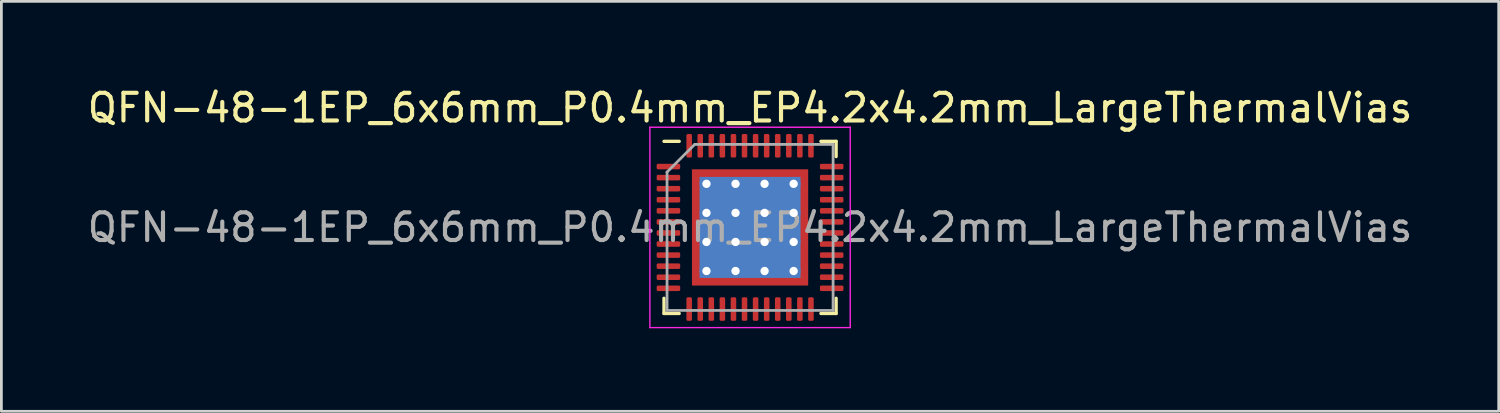
<source format=kicad_pcb>
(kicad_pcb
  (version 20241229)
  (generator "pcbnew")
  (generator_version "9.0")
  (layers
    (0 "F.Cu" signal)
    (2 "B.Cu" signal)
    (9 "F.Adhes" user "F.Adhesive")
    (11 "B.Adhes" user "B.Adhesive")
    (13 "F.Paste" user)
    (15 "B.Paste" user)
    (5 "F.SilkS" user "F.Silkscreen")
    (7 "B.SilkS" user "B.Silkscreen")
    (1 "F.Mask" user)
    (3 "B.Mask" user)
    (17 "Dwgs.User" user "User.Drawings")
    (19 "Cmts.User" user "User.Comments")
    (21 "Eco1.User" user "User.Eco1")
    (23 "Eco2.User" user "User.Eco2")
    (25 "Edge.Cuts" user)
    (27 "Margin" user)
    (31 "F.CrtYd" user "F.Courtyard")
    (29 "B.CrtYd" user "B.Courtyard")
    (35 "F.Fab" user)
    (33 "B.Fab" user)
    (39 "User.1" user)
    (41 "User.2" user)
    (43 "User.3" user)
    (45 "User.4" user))
  (footprint "QFN-48-1EP_6x6mm_P0.4mm_EP4.2x4.2mm_LargeThermalVias"
    (layer "F.Cu")
    (at 24.054 5.168)
    (property "Reference" "QFN-48-1EP_6x6mm_P0.4mm_EP4.2x4.2mm_LargeThermalVias" (at 0 -4.32 0) (layer "F.SilkS") (effects (font (size 1 1) (thickness 0.15))))
    (attr smd)
    (fp_line (start -3.11 3.11) (end -3.11 2.56) (stroke (width 0.12) (type solid)) (layer "F.SilkS"))
    (fp_line (start -2.56 -3.11) (end -3.11 -3.11) (stroke (width 0.12) (type solid)) (layer "F.SilkS"))
    (fp_line (start -2.56 3.11) (end -3.11 3.11) (stroke (width 0.12) (type solid)) (layer "F.SilkS"))
    (fp_line (start 2.56 -3.11) (end 3.11 -3.11) (stroke (width 0.12) (type solid)) (layer "F.SilkS"))
    (fp_line (start 2.56 3.11) (end 3.11 3.11) (stroke (width 0.12) (type solid)) (layer "F.SilkS"))
    (fp_line (start 3.11 -3.11) (end 3.11 -2.56) (stroke (width 0.12) (type solid)) (layer "F.SilkS"))
    (fp_line (start 3.11 3.11) (end 3.11 2.56) (stroke (width 0.12) (type solid)) (layer "F.SilkS"))
    (fp_line (start -3.62 -3.62) (end -3.62 3.62) (stroke (width 0.05) (type solid)) (layer "F.CrtYd"))
    (fp_line (start -3.62 3.62) (end 3.62 3.62) (stroke (width 0.05) (type solid)) (layer "F.CrtYd"))
    (fp_line (start 3.62 -3.62) (end -3.62 -3.62) (stroke (width 0.05) (type solid)) (layer "F.CrtYd"))
    (fp_line (start 3.62 3.62) (end 3.62 -3.62) (stroke (width 0.05) (type solid)) (layer "F.CrtYd"))
    (fp_line (start -3 -2) (end -2 -3) (stroke (width 0.1) (type solid)) (layer "F.Fab"))
    (fp_line (start -3 3) (end -3 -2) (stroke (width 0.1) (type solid)) (layer "F.Fab"))
    (fp_line (start -2 -3) (end 3 -3) (stroke (width 0.1) (type solid)) (layer "F.Fab"))
    (fp_line (start 3 -3) (end 3 3) (stroke (width 0.1) (type solid)) (layer "F.Fab"))
    (fp_line (start 3 3) (end -3 3) (stroke (width 0.1) (type solid)) (layer "F.Fab"))
    (fp_text user "${REFERENCE}" (at 0 0 0) (layer "F.Fab") (effects (font (size 1 1) (thickness 0.15))))
    (pad "" smd custom (at -1.837 -1.837) (size 0.295 0.295) (layers "F.Paste") (options (anchor circle)) (primitives (gr_poly (pts (xy -0.106 -0.106) (xy 0.106 -0.106) (xy 0.106 -0.013) (xy -0.013 0.106) (xy -0.106 0.106)) (width 0.212) (fill yes))))
    (pad "" smd custom (at -1.837 -1.05) (size 0.331 0.331) (layers "F.Paste") (options (anchor circle)) (primitives (gr_poly (pts (xy -0.12 -0.331) (xy 0.043 -0.331) (xy 0.12 -0.255) (xy 0.12 0.255) (xy 0.043 0.331) (xy -0.12 0.331)) (width 0.184) (fill yes))))
    (pad "" smd custom (at -1.837 0) (size 0.331 0.331) (layers "F.Paste") (options (anchor circle)) (primitives (gr_poly (pts (xy -0.12 -0.331) (xy 0.043 -0.331) (xy 0.12 -0.255) (xy 0.12 0.255) (xy 0.043 0.331) (xy -0.12 0.331)) (width 0.184) (fill yes))))
    (pad "" smd custom (at -1.837 1.05) (size 0.331 0.331) (layers "F.Paste") (options (anchor circle)) (primitives (gr_poly (pts (xy -0.12 -0.331) (xy 0.043 -0.331) (xy 0.12 -0.255) (xy 0.12 0.255) (xy 0.043 0.331) (xy -0.12 0.331)) (width 0.184) (fill yes))))
    (pad "" smd custom (at -1.837 1.837) (size 0.295 0.295) (layers "F.Paste") (options (anchor circle)) (primitives (gr_poly (pts (xy -0.106 -0.106) (xy -0.013 -0.106) (xy 0.106 0.013) (xy 0.106 0.106) (xy -0.106 0.106)) (width 0.212) (fill yes))))
    (pad "" smd custom (at -1.05 -1.837) (size 0.331 0.331) (layers "F.Paste") (options (anchor circle)) (primitives (gr_poly (pts (xy -0.331 -0.12) (xy 0.331 -0.12) (xy 0.331 0.043) (xy 0.255 0.12) (xy -0.255 0.12) (xy -0.331 0.043)) (width 0.184) (fill yes))))
    (pad "" smd roundrect (at -1.05 -1.05) (size 0.847 0.847) (layers "F.Paste") (roundrect_rratio 0.25))
    (pad "" smd roundrect (at -1.05 0) (size 0.847 0.847) (layers "F.Paste") (roundrect_rratio 0.25))
    (pad "" smd roundrect (at -1.05 1.05) (size 0.847 0.847) (layers "F.Paste") (roundrect_rratio 0.25))
    (pad "" smd custom (at -1.05 1.837) (size 0.331 0.331) (layers "F.Paste") (options (anchor circle)) (primitives (gr_poly (pts (xy -0.331 -0.043) (xy -0.255 -0.12) (xy 0.255 -0.12) (xy 0.331 -0.043) (xy 0.331 0.12) (xy -0.331 0.12)) (width 0.184) (fill yes))))
    (pad "" smd custom (at 0 -1.837) (size 0.331 0.331) (layers "F.Paste") (options (anchor circle)) (primitives (gr_poly (pts (xy -0.331 -0.12) (xy 0.331 -0.12) (xy 0.331 0.043) (xy 0.255 0.12) (xy -0.255 0.12) (xy -0.331 0.043)) (width 0.184) (fill yes))))
    (pad "" smd roundrect (at 0 -1.05) (size 0.847 0.847) (layers "F.Paste") (roundrect_rratio 0.25))
    (pad "" smd roundrect (at 0 0) (size 0.847 0.847) (layers "F.Paste") (roundrect_rratio 0.25))
    (pad "" smd roundrect (at 0 1.05) (size 0.847 0.847) (layers "F.Paste") (roundrect_rratio 0.25))
    (pad "" smd custom (at 0 1.837) (size 0.331 0.331) (layers "F.Paste") (options (anchor circle)) (primitives (gr_poly (pts (xy -0.331 -0.043) (xy -0.255 -0.12) (xy 0.255 -0.12) (xy 0.331 -0.043) (xy 0.331 0.12) (xy -0.331 0.12)) (width 0.184) (fill yes))))
    (pad "" smd custom (at 1.05 -1.837) (size 0.331 0.331) (layers "F.Paste") (options (anchor circle)) (primitives (gr_poly (pts (xy -0.331 -0.12) (xy 0.331 -0.12) (xy 0.331 0.043) (xy 0.255 0.12) (xy -0.255 0.12) (xy -0.331 0.043)) (width 0.184) (fill yes))))
    (pad "" smd roundrect (at 1.05 -1.05) (size 0.847 0.847) (layers "F.Paste") (roundrect_rratio 0.25))
    (pad "" smd roundrect (at 1.05 0) (size 0.847 0.847) (layers "F.Paste") (roundrect_rratio 0.25))
    (pad "" smd roundrect (at 1.05 1.05) (size 0.847 0.847) (layers "F.Paste") (roundrect_rratio 0.25))
    (pad "" smd custom (at 1.05 1.837) (size 0.331 0.331) (layers "F.Paste") (options (anchor circle)) (primitives (gr_poly (pts (xy -0.331 -0.043) (xy -0.255 -0.12) (xy 0.255 -0.12) (xy 0.331 -0.043) (xy 0.331 0.12) (xy -0.331 0.12)) (width 0.184) (fill yes))))
    (pad "" smd custom (at 1.837 -1.837) (size 0.295 0.295) (layers "F.Paste") (options (anchor circle)) (primitives (gr_poly (pts (xy -0.106 -0.106) (xy 0.106 -0.106) (xy 0.106 0.106) (xy 0.013 0.106) (xy -0.106 -0.013)) (width 0.212) (fill yes))))
    (pad "" smd custom (at 1.837 -1.05) (size 0.331 0.331) (layers "F.Paste") (options (anchor circle)) (primitives (gr_poly (pts (xy -0.12 -0.255) (xy -0.043 -0.331) (xy 0.12 -0.331) (xy 0.12 0.331) (xy -0.043 0.331) (xy -0.12 0.255)) (width 0.184) (fill yes))))
    (pad "" smd custom (at 1.837 0) (size 0.331 0.331) (layers "F.Paste") (options (anchor circle)) (primitives (gr_poly (pts (xy -0.12 -0.255) (xy -0.043 -0.331) (xy 0.12 -0.331) (xy 0.12 0.331) (xy -0.043 0.331) (xy -0.12 0.255)) (width 0.184) (fill yes))))
    (pad "" smd custom (at 1.837 1.05) (size 0.331 0.331) (layers "F.Paste") (options (anchor circle)) (primitives (gr_poly (pts (xy -0.12 -0.255) (xy -0.043 -0.331) (xy 0.12 -0.331) (xy 0.12 0.331) (xy -0.043 0.331) (xy -0.12 0.255)) (width 0.184) (fill yes))))
    (pad "" smd custom (at 1.837 1.837) (size 0.295 0.295) (layers "F.Paste") (options (anchor circle)) (primitives (gr_poly (pts (xy -0.106 0.013) (xy 0.013 -0.106) (xy 0.106 -0.106) (xy 0.106 0.106) (xy -0.106 0.106)) (width 0.212) (fill yes))))
    (pad "1" smd roundrect (at -2.95 -2.2) (size 0.85 0.2) (layers "F.Cu" "F.Mask" "F.Paste") (roundrect_rratio 0.25))
    (pad "2" smd roundrect (at -2.95 -1.8) (size 0.85 0.2) (layers "F.Cu" "F.Mask" "F.Paste") (roundrect_rratio 0.25))
    (pad "3" smd roundrect (at -2.95 -1.4) (size 0.85 0.2) (layers "F.Cu" "F.Mask" "F.Paste") (roundrect_rratio 0.25))
    (pad "4" smd roundrect (at -2.95 -1) (size 0.85 0.2) (layers "F.Cu" "F.Mask" "F.Paste") (roundrect_rratio 0.25))
    (pad "5" smd roundrect (at -2.95 -0.6) (size 0.85 0.2) (layers "F.Cu" "F.Mask" "F.Paste") (roundrect_rratio 0.25))
    (pad "6" smd roundrect (at -2.95 -0.2) (size 0.85 0.2) (layers "F.Cu" "F.Mask" "F.Paste") (roundrect_rratio 0.25))
    (pad "7" smd roundrect (at -2.95 0.2) (size 0.85 0.2) (layers "F.Cu" "F.Mask" "F.Paste") (roundrect_rratio 0.25))
    (pad "8" smd roundrect (at -2.95 0.6) (size 0.85 0.2) (layers "F.Cu" "F.Mask" "F.Paste") (roundrect_rratio 0.25))
    (pad "9" smd roundrect (at -2.95 1) (size 0.85 0.2) (layers "F.Cu" "F.Mask" "F.Paste") (roundrect_rratio 0.25))
    (pad "10" smd roundrect (at -2.95 1.4) (size 0.85 0.2) (layers "F.Cu" "F.Mask" "F.Paste") (roundrect_rratio 0.25))
    (pad "11" smd roundrect (at -2.95 1.8) (size 0.85 0.2) (layers "F.Cu" "F.Mask" "F.Paste") (roundrect_rratio 0.25))
    (pad "12" smd roundrect (at -2.95 2.2) (size 0.85 0.2) (layers "F.Cu" "F.Mask" "F.Paste") (roundrect_rratio 0.25))
    (pad "13" smd roundrect (at -2.2 2.95) (size 0.2 0.85) (layers "F.Cu" "F.Mask" "F.Paste") (roundrect_rratio 0.25))
    (pad "14" smd roundrect (at -1.8 2.95) (size 0.2 0.85) (layers "F.Cu" "F.Mask" "F.Paste") (roundrect_rratio 0.25))
    (pad "15" smd roundrect (at -1.4 2.95) (size 0.2 0.85) (layers "F.Cu" "F.Mask" "F.Paste") (roundrect_rratio 0.25))
    (pad "16" smd roundrect (at -1 2.95) (size 0.2 0.85) (layers "F.Cu" "F.Mask" "F.Paste") (roundrect_rratio 0.25))
    (pad "17" smd roundrect (at -0.6 2.95) (size 0.2 0.85) (layers "F.Cu" "F.Mask" "F.Paste") (roundrect_rratio 0.25))
    (pad "18" smd roundrect (at -0.2 2.95) (size 0.2 0.85) (layers "F.Cu" "F.Mask" "F.Paste") (roundrect_rratio 0.25))
    (pad "19" smd roundrect (at 0.2 2.95) (size 0.2 0.85) (layers "F.Cu" "F.Mask" "F.Paste") (roundrect_rratio 0.25))
    (pad "20" smd roundrect (at 0.6 2.95) (size 0.2 0.85) (layers "F.Cu" "F.Mask" "F.Paste") (roundrect_rratio 0.25))
    (pad "21" smd roundrect (at 1 2.95) (size 0.2 0.85) (layers "F.Cu" "F.Mask" "F.Paste") (roundrect_rratio 0.25))
    (pad "22" smd roundrect (at 1.4 2.95) (size 0.2 0.85) (layers "F.Cu" "F.Mask" "F.Paste") (roundrect_rratio 0.25))
    (pad "23" smd roundrect (at 1.8 2.95) (size 0.2 0.85) (layers "F.Cu" "F.Mask" "F.Paste") (roundrect_rratio 0.25))
    (pad "24" smd roundrect (at 2.2 2.95) (size 0.2 0.85) (layers "F.Cu" "F.Mask" "F.Paste") (roundrect_rratio 0.25))
    (pad "25" smd roundrect (at 2.95 2.2) (size 0.85 0.2) (layers "F.Cu" "F.Mask" "F.Paste") (roundrect_rratio 0.25))
    (pad "26" smd roundrect (at 2.95 1.8) (size 0.85 0.2) (layers "F.Cu" "F.Mask" "F.Paste") (roundrect_rratio 0.25))
    (pad "27" smd roundrect (at 2.95 1.4) (size 0.85 0.2) (layers "F.Cu" "F.Mask" "F.Paste") (roundrect_rratio 0.25))
    (pad "28" smd roundrect (at 2.95 1) (size 0.85 0.2) (layers "F.Cu" "F.Mask" "F.Paste") (roundrect_rratio 0.25))
    (pad "29" smd roundrect (at 2.95 0.6) (size 0.85 0.2) (layers "F.Cu" "F.Mask" "F.Paste") (roundrect_rratio 0.25))
    (pad "30" smd roundrect (at 2.95 0.2) (size 0.85 0.2) (layers "F.Cu" "F.Mask" "F.Paste") (roundrect_rratio 0.25))
    (pad "31" smd roundrect (at 2.95 -0.2) (size 0.85 0.2) (layers "F.Cu" "F.Mask" "F.Paste") (roundrect_rratio 0.25))
    (pad "32" smd roundrect (at 2.95 -0.6) (size 0.85 0.2) (layers "F.Cu" "F.Mask" "F.Paste") (roundrect_rratio 0.25))
    (pad "33" smd roundrect (at 2.95 -1) (size 0.85 0.2) (layers "F.Cu" "F.Mask" "F.Paste") (roundrect_rratio 0.25))
    (pad "34" smd roundrect (at 2.95 -1.4) (size 0.85 0.2) (layers "F.Cu" "F.Mask" "F.Paste") (roundrect_rratio 0.25))
    (pad "35" smd roundrect (at 2.95 -1.8) (size 0.85 0.2) (layers "F.Cu" "F.Mask" "F.Paste") (roundrect_rratio 0.25))
    (pad "36" smd roundrect (at 2.95 -2.2) (size 0.85 0.2) (layers "F.Cu" "F.Mask" "F.Paste") (roundrect_rratio 0.25))
    (pad "37" smd roundrect (at 2.2 -2.95) (size 0.2 0.85) (layers "F.Cu" "F.Mask" "F.Paste") (roundrect_rratio 0.25))
    (pad "38" smd roundrect (at 1.8 -2.95) (size 0.2 0.85) (layers "F.Cu" "F.Mask" "F.Paste") (roundrect_rratio 0.25))
    (pad "39" smd roundrect (at 1.4 -2.95) (size 0.2 0.85) (layers "F.Cu" "F.Mask" "F.Paste") (roundrect_rratio 0.25))
    (pad "40" smd roundrect (at 1 -2.95) (size 0.2 0.85) (layers "F.Cu" "F.Mask" "F.Paste") (roundrect_rratio 0.25))
    (pad "41" smd roundrect (at 0.6 -2.95) (size 0.2 0.85) (layers "F.Cu" "F.Mask" "F.Paste") (roundrect_rratio 0.25))
    (pad "42" smd roundrect (at 0.2 -2.95) (size 0.2 0.85) (layers "F.Cu" "F.Mask" "F.Paste") (roundrect_rratio 0.25))
    (pad "43" smd roundrect (at -0.2 -2.95) (size 0.2 0.85) (layers "F.Cu" "F.Mask" "F.Paste") (roundrect_rratio 0.25))
    (pad "44" smd roundrect (at -0.6 -2.95) (size 0.2 0.85) (layers "F.Cu" "F.Mask" "F.Paste") (roundrect_rratio 0.25))
    (pad "45" smd roundrect (at -1 -2.95) (size 0.2 0.85) (layers "F.Cu" "F.Mask" "F.Paste") (roundrect_rratio 0.25))
    (pad "46" smd roundrect (at -1.4 -2.95) (size 0.2 0.85) (layers "F.Cu" "F.Mask" "F.Paste") (roundrect_rratio 0.25))
    (pad "47" smd roundrect (at -1.8 -2.95) (size 0.2 0.85) (layers "F.Cu" "F.Mask" "F.Paste") (roundrect_rratio 0.25))
    (pad "48" smd roundrect (at -2.2 -2.95) (size 0.2 0.85) (layers "F.Cu" "F.Mask" "F.Paste") (roundrect_rratio 0.25))
    (pad "49" thru_hole circle (at -1.575 -1.575) (size 0.5 0.5) (drill 0.3) (layers "*.Cu"))
    (pad "49" thru_hole circle (at -1.575 -0.525) (size 0.5 0.5) (drill 0.3) (layers "*.Cu"))
    (pad "49" thru_hole circle (at -1.575 0.525) (size 0.5 0.5) (drill 0.3) (layers "*.Cu"))
    (pad "49" thru_hole circle (at -1.575 1.575) (size 0.5 0.5) (drill 0.3) (layers "*.Cu"))
    (pad "49" thru_hole circle (at -0.525 -1.575) (size 0.5 0.5) (drill 0.3) (layers "*.Cu"))
    (pad "49" thru_hole circle (at -0.525 -0.525) (size 0.5 0.5) (drill 0.3) (layers "*.Cu"))
    (pad "49" thru_hole circle (at -0.525 0.525) (size 0.5 0.5) (drill 0.3) (layers "*.Cu"))
    (pad "49" thru_hole circle (at -0.525 1.575) (size 0.5 0.5) (drill 0.3) (layers "*.Cu"))
    (pad "49" smd rect (at 0 0) (size 3.65 3.65) (layers "B.Cu"))
    (pad "49" smd rect (at 0 0) (size 4.2 4.2) (layers "F.Cu" "F.Mask"))
    (pad "49" thru_hole circle (at 0.525 -1.575) (size 0.5 0.5) (drill 0.3) (layers "*.Cu"))
    (pad "49" thru_hole circle (at 0.525 -0.525) (size 0.5 0.5) (drill 0.3) (layers "*.Cu"))
    (pad "49" thru_hole circle (at 0.525 0.525) (size 0.5 0.5) (drill 0.3) (layers "*.Cu"))
    (pad "49" thru_hole circle (at 0.525 1.575) (size 0.5 0.5) (drill 0.3) (layers "*.Cu"))
    (pad "49" thru_hole circle (at 1.575 -1.575) (size 0.5 0.5) (drill 0.3) (layers "*.Cu"))
    (pad "49" thru_hole circle (at 1.575 -0.525) (size 0.5 0.5) (drill 0.3) (layers "*.Cu"))
    (pad "49" thru_hole circle (at 1.575 0.525) (size 0.5 0.5) (drill 0.3) (layers "*.Cu"))
    (pad "49" thru_hole circle (at 1.575 1.575) (size 0.5 0.5) (drill 0.3) (layers "*.Cu")))
  (gr_rect
    (start -3 -3)
    (end 51.107 11.813)
    (stroke (width 0.1) (type default))
    (fill no)
    (layer "Edge.Cuts")))
</source>
